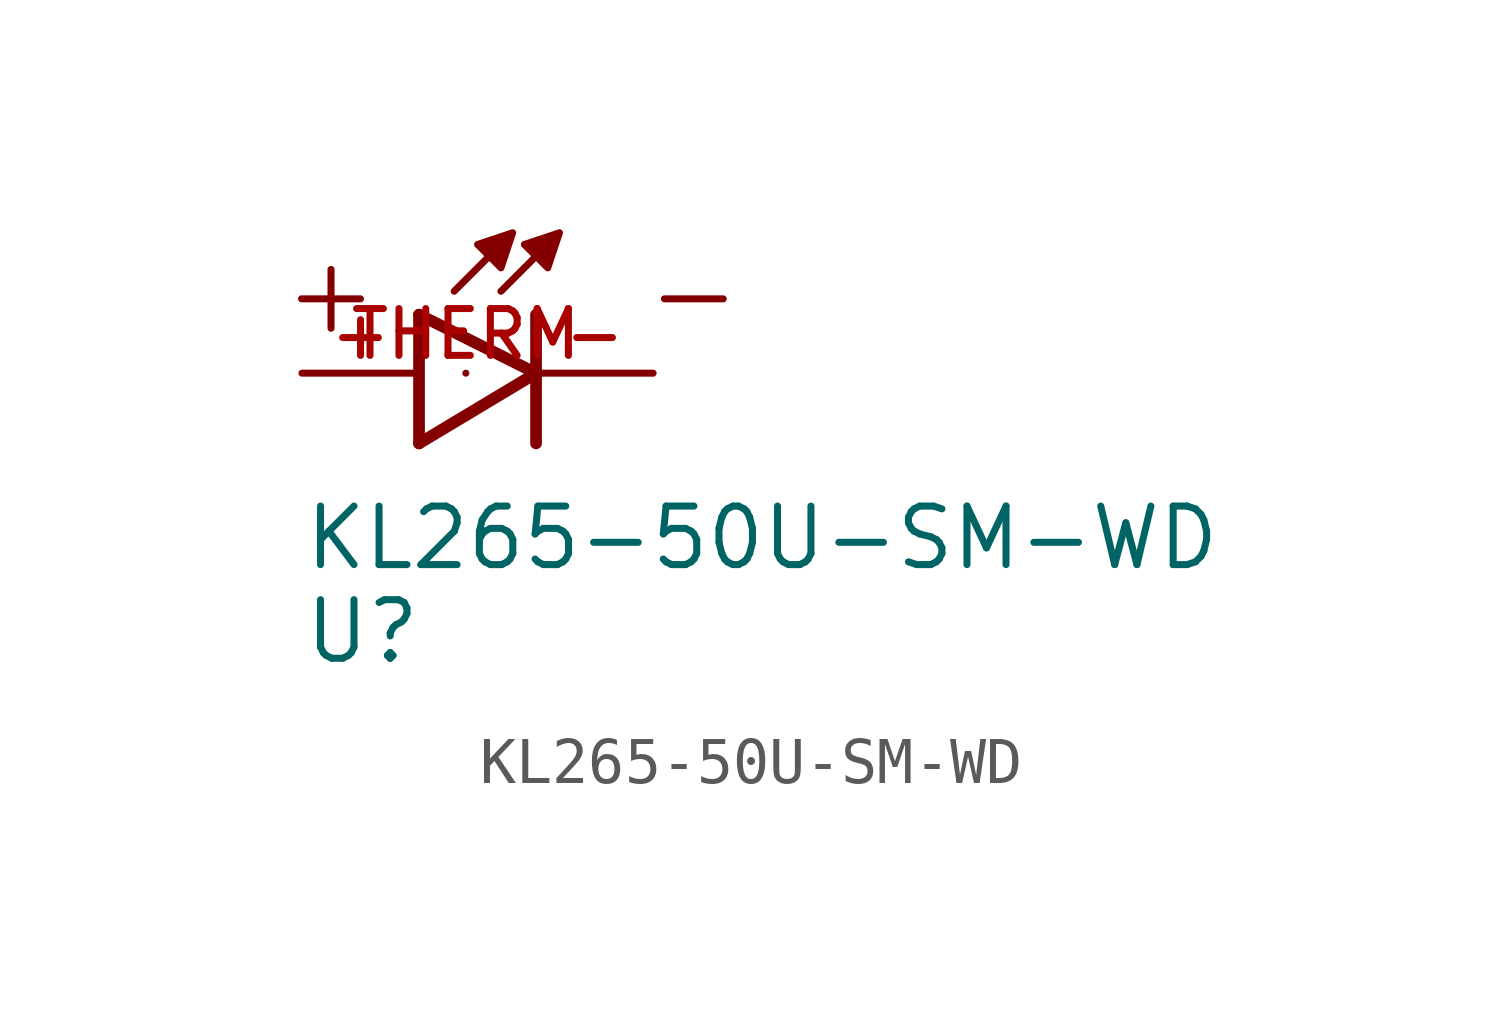
<source format=kicad_sym>
(kicad_symbol_lib
  (version 20211014)
  (generator kicad_symbol_editor)
  (symbol "KL265-50U-SM-WD"
    (pin_names
      (offset 1.016))
    (property "Reference" "U"
      (at -2.54 -6.35 0)
      (effects (font (size 1.27 1.27)) (justify bottom left)))
    (property "Value" "KL265-50U-SM-WD"
      (at -2.54 -4.318 0)
      (effects (font (size 1.27 1.27)) (justify bottom left)))
    (symbol "KL265-50U-SM-WD_0_0"
      (polyline (pts (xy 0.0 1.27) (xy 0.0 -1.524)) (stroke (width 0.254)))
      (polyline (pts (xy 0.0 1.27) (xy 2.54 0.0)) (stroke (width 0.254)))
      (polyline (pts (xy 2.54 0.0) (xy 0.0 -1.524)) (stroke (width 0.254)))
      (polyline (pts (xy 2.54 1.27) (xy 2.54 -1.524)) (stroke (width 0.254)))
      (text "+" (at -3.048 0.762 0) (effects (font (size 1.676 1.676)) (justify bottom left)))
      (text "-" (at 4.826 0.762 0) (effects (font (size 1.676 1.676)) (justify bottom left)))
      (polyline (pts (xy 0.762 1.778) (xy 1.524 2.54)) (stroke (width 0.152)))
      (polyline (pts (xy 2.54 2.54) (xy 1.778 1.778)) (stroke (width 0.152)))
      (polyline (pts (xy 1.27 2.794) (xy 1.778 2.286) (xy 2.032 3.048) (xy 1.27 2.794)) (stroke (width 0.152)) (fill (type outline)))
      (polyline (pts (xy 2.286 2.794) (xy 2.794 2.286) (xy 3.048 3.048) (xy 2.286 2.794)) (stroke (width 0.152)) (fill (type outline)))
      (pin power_in line (at -2.54 0.0 0) (length 2.54) (name "~" (effects (font (size 1.016 1.016)))) (number "+" (effects (font (size 1.016 1.016)))))
      (pin power_in line (at 5.08 0.0 180.0) (length 2.54) (name "~" (effects (font (size 1.016 1.016)))) (number "-" (effects (font (size 1.016 1.016)))))
      (pin bidirectional line (at 1.016 0.0 0) (length 0) (name "~" (effects (font (size 1.016 1.016)))) (number "THERM" (effects (font (size 1.016 1.016))))))))
</source>
